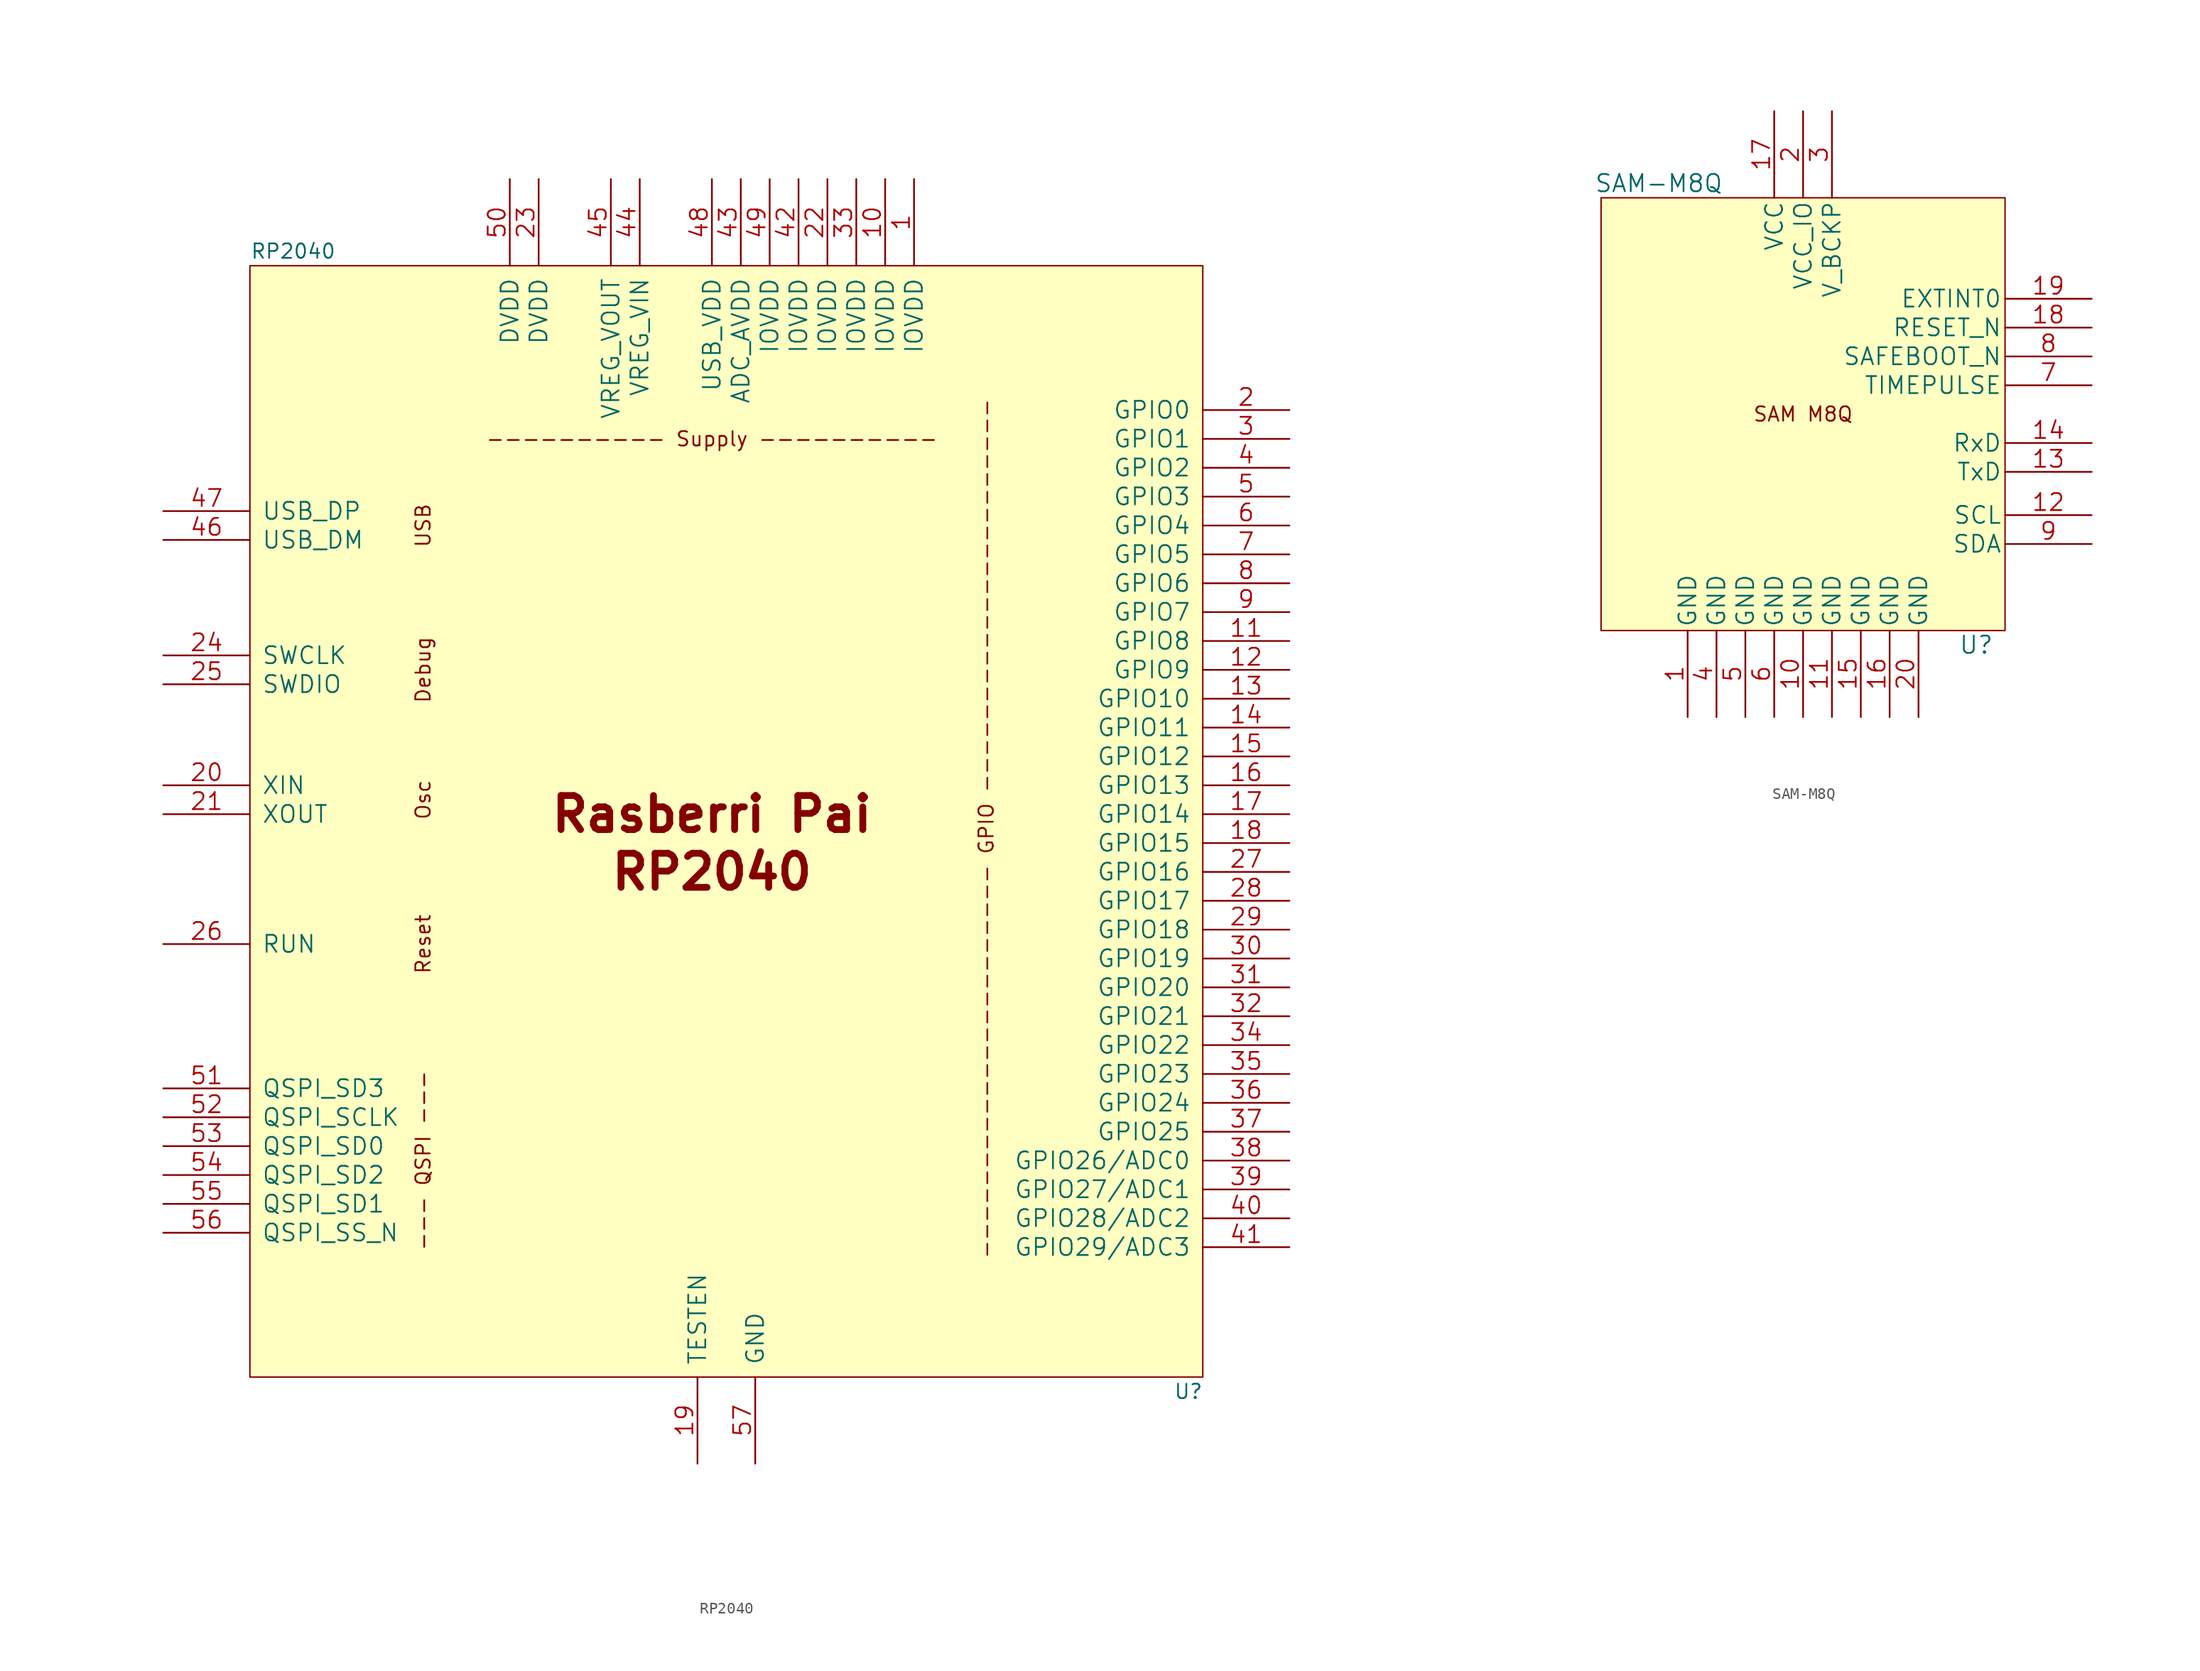
<source format=kicad_sym>
(kicad_symbol_lib
  (version 20211014)
  (generator kicad_symbol_editor)
  (symbol "RP2040"
    (pin_names
      (offset 1.016))
    (property "Reference" "U"
      (at 40.64 -48.26 0)
      (effects (font (size 1.27 1.27))))
    (property "Value" "RP2040"
      (at -38.1 52.07 0)
      (effects (font (size 1.27 1.27))))
    (symbol "RP2040_1_1"
      (rectangle (start -41.91 50.8) (end 41.91 -46.99) (stroke (width 0.127) (type default) (color 0 0 0 0)) (fill (type background)))
      (text "--- QSPI ---" (at -26.67 -27.94 900) (effects (font (size 1.27 1.27))))
      (text "---------- Supply ----------" (at -1.27 35.56 0) (effects (font (size 1.27 1.27))))
      (text "---------------------- GPIO ----------------------" (at 22.86 1.27 900) (effects (font (size 1.27 1.27))))
      (text "Debug" (at -26.67 15.24 900) (effects (font (size 1.27 1.27))))
      (text "Osc" (at -26.67 3.81 900) (effects (font (size 1.27 1.27))))
      (text "Rasberri Pai" (at -1.27 2.54 0) (effects (font (size 2.997 2.997) bold)))
      (text "Reset" (at -26.67 -8.89 900) (effects (font (size 1.27 1.27))))
      (text "RP2040" (at -1.27 -2.54 0) (effects (font (size 2.997 2.997) bold)))
      (text "USB" (at -26.67 27.94 900) (effects (font (size 1.27 1.27))))
      (pin power_in line (at 16.51 58.42 270) (length 7.62) (name "IOVDD" (effects (font (size 1.499 1.499)))) (number "1" (effects (font (size 1.499 1.499)))))
      (pin power_in line (at 13.97 58.42 270) (length 7.62) (name "IOVDD" (effects (font (size 1.499 1.499)))) (number "10" (effects (font (size 1.499 1.499)))))
      (pin bidirectional line (at 49.53 17.78 180) (length 7.62) (name "GPIO8" (effects (font (size 1.499 1.499)))) (number "11" (effects (font (size 1.499 1.499)))))
      (pin bidirectional line (at 49.53 15.24 180) (length 7.62) (name "GPIO9" (effects (font (size 1.499 1.499)))) (number "12" (effects (font (size 1.499 1.499)))))
      (pin bidirectional line (at 49.53 12.7 180) (length 7.62) (name "GPIO10" (effects (font (size 1.499 1.499)))) (number "13" (effects (font (size 1.499 1.499)))))
      (pin bidirectional line (at 49.53 10.16 180) (length 7.62) (name "GPIO11" (effects (font (size 1.499 1.499)))) (number "14" (effects (font (size 1.499 1.499)))))
      (pin bidirectional line (at 49.53 7.62 180) (length 7.62) (name "GPIO12" (effects (font (size 1.499 1.499)))) (number "15" (effects (font (size 1.499 1.499)))))
      (pin bidirectional line (at 49.53 5.08 180) (length 7.62) (name "GPIO13" (effects (font (size 1.499 1.499)))) (number "16" (effects (font (size 1.499 1.499)))))
      (pin bidirectional line (at 49.53 2.54 180) (length 7.62) (name "GPIO14" (effects (font (size 1.499 1.499)))) (number "17" (effects (font (size 1.499 1.499)))))
      (pin bidirectional line (at 49.53 0 180) (length 7.62) (name "GPIO15" (effects (font (size 1.499 1.499)))) (number "18" (effects (font (size 1.499 1.499)))))
      (pin unspecified line (at -2.54 -54.61 90) (length 7.62) (name "TESTEN" (effects (font (size 1.499 1.499)))) (number "19" (effects (font (size 1.499 1.499)))))
      (pin bidirectional line (at 49.53 38.1 180) (length 7.62) (name "GPIO0" (effects (font (size 1.499 1.499)))) (number "2" (effects (font (size 1.499 1.499)))))
      (pin input line (at -49.53 5.08 0) (length 7.62) (name "XIN" (effects (font (size 1.499 1.499)))) (number "20" (effects (font (size 1.499 1.499)))))
      (pin output line (at -49.53 2.54 0) (length 7.62) (name "XOUT" (effects (font (size 1.499 1.499)))) (number "21" (effects (font (size 1.499 1.499)))))
      (pin power_in line (at 8.89 58.42 270) (length 7.62) (name "IOVDD" (effects (font (size 1.499 1.499)))) (number "22" (effects (font (size 1.499 1.499)))))
      (pin power_in line (at -16.51 58.42 270) (length 7.62) (name "DVDD" (effects (font (size 1.499 1.499)))) (number "23" (effects (font (size 1.499 1.499)))))
      (pin unspecified line (at -49.53 16.51 0) (length 7.62) (name "SWCLK" (effects (font (size 1.499 1.499)))) (number "24" (effects (font (size 1.499 1.499)))))
      (pin unspecified line (at -49.53 13.97 0) (length 7.62) (name "SWDIO" (effects (font (size 1.499 1.499)))) (number "25" (effects (font (size 1.499 1.499)))))
      (pin input line (at -49.53 -8.89 0) (length 7.62) (name "RUN" (effects (font (size 1.499 1.499)))) (number "26" (effects (font (size 1.499 1.499)))))
      (pin bidirectional line (at 49.53 -2.54 180) (length 7.62) (name "GPIO16" (effects (font (size 1.499 1.499)))) (number "27" (effects (font (size 1.499 1.499)))))
      (pin bidirectional line (at 49.53 -5.08 180) (length 7.62) (name "GPIO17" (effects (font (size 1.499 1.499)))) (number "28" (effects (font (size 1.499 1.499)))))
      (pin bidirectional line (at 49.53 -7.62 180) (length 7.62) (name "GPIO18" (effects (font (size 1.499 1.499)))) (number "29" (effects (font (size 1.499 1.499)))))
      (pin bidirectional line (at 49.53 35.56 180) (length 7.62) (name "GPIO1" (effects (font (size 1.499 1.499)))) (number "3" (effects (font (size 1.499 1.499)))))
      (pin bidirectional line (at 49.53 -10.16 180) (length 7.62) (name "GPIO19" (effects (font (size 1.499 1.499)))) (number "30" (effects (font (size 1.499 1.499)))))
      (pin bidirectional line (at 49.53 -12.7 180) (length 7.62) (name "GPIO20" (effects (font (size 1.499 1.499)))) (number "31" (effects (font (size 1.499 1.499)))))
      (pin bidirectional line (at 49.53 -15.24 180) (length 7.62) (name "GPIO21" (effects (font (size 1.499 1.499)))) (number "32" (effects (font (size 1.499 1.499)))))
      (pin power_in line (at 11.43 58.42 270) (length 7.62) (name "IOVDD" (effects (font (size 1.499 1.499)))) (number "33" (effects (font (size 1.499 1.499)))))
      (pin bidirectional line (at 49.53 -17.78 180) (length 7.62) (name "GPIO22" (effects (font (size 1.499 1.499)))) (number "34" (effects (font (size 1.499 1.499)))))
      (pin bidirectional line (at 49.53 -20.32 180) (length 7.62) (name "GPIO23" (effects (font (size 1.499 1.499)))) (number "35" (effects (font (size 1.499 1.499)))))
      (pin bidirectional line (at 49.53 -22.86 180) (length 7.62) (name "GPIO24" (effects (font (size 1.499 1.499)))) (number "36" (effects (font (size 1.499 1.499)))))
      (pin bidirectional line (at 49.53 -25.4 180) (length 7.62) (name "GPIO25" (effects (font (size 1.499 1.499)))) (number "37" (effects (font (size 1.499 1.499)))))
      (pin bidirectional line (at 49.53 -27.94 180) (length 7.62) (name "GPIO26/ADC0" (effects (font (size 1.499 1.499)))) (number "38" (effects (font (size 1.499 1.499)))))
      (pin bidirectional line (at 49.53 -30.48 180) (length 7.62) (name "GPIO27/ADC1" (effects (font (size 1.499 1.499)))) (number "39" (effects (font (size 1.499 1.499)))))
      (pin bidirectional line (at 49.53 33.02 180) (length 7.62) (name "GPIO2" (effects (font (size 1.499 1.499)))) (number "4" (effects (font (size 1.499 1.499)))))
      (pin bidirectional line (at 49.53 -33.02 180) (length 7.62) (name "GPIO28/ADC2" (effects (font (size 1.499 1.499)))) (number "40" (effects (font (size 1.499 1.499)))))
      (pin bidirectional line (at 49.53 -35.56 180) (length 7.62) (name "GPIO29/ADC3" (effects (font (size 1.499 1.499)))) (number "41" (effects (font (size 1.499 1.499)))))
      (pin power_in line (at 6.35 58.42 270) (length 7.62) (name "IOVDD" (effects (font (size 1.499 1.499)))) (number "42" (effects (font (size 1.499 1.499)))))
      (pin power_in line (at 1.27 58.42 270) (length 7.62) (name "ADC_AVDD" (effects (font (size 1.499 1.499)))) (number "43" (effects (font (size 1.499 1.499)))))
      (pin power_in line (at -7.62 58.42 270) (length 7.62) (name "VREG_VIN" (effects (font (size 1.499 1.499)))) (number "44" (effects (font (size 1.499 1.499)))))
      (pin power_out line (at -10.16 58.42 270) (length 7.62) (name "VREG_VOUT" (effects (font (size 1.499 1.499)))) (number "45" (effects (font (size 1.499 1.499)))))
      (pin unspecified line (at -49.53 26.67 0) (length 7.62) (name "USB_DM" (effects (font (size 1.499 1.499)))) (number "46" (effects (font (size 1.499 1.499)))))
      (pin unspecified line (at -49.53 29.21 0) (length 7.62) (name "USB_DP" (effects (font (size 1.499 1.499)))) (number "47" (effects (font (size 1.499 1.499)))))
      (pin power_in line (at -1.27 58.42 270) (length 7.62) (name "USB_VDD" (effects (font (size 1.499 1.499)))) (number "48" (effects (font (size 1.499 1.499)))))
      (pin power_in line (at 3.81 58.42 270) (length 7.62) (name "IOVDD" (effects (font (size 1.499 1.499)))) (number "49" (effects (font (size 1.499 1.499)))))
      (pin bidirectional line (at 49.53 30.48 180) (length 7.62) (name "GPIO3" (effects (font (size 1.499 1.499)))) (number "5" (effects (font (size 1.499 1.499)))))
      (pin power_in line (at -19.05 58.42 270) (length 7.62) (name "DVDD" (effects (font (size 1.499 1.499)))) (number "50" (effects (font (size 1.499 1.499)))))
      (pin bidirectional line (at -49.53 -21.59 0) (length 7.62) (name "QSPI_SD3" (effects (font (size 1.499 1.499)))) (number "51" (effects (font (size 1.499 1.499)))))
      (pin unspecified line (at -49.53 -24.13 0) (length 7.62) (name "QSPI_SCLK" (effects (font (size 1.499 1.499)))) (number "52" (effects (font (size 1.499 1.499)))))
      (pin bidirectional line (at -49.53 -26.67 0) (length 7.62) (name "QSPI_SD0" (effects (font (size 1.499 1.499)))) (number "53" (effects (font (size 1.499 1.499)))))
      (pin bidirectional line (at -49.53 -29.21 0) (length 7.62) (name "QSPI_SD2" (effects (font (size 1.499 1.499)))) (number "54" (effects (font (size 1.499 1.499)))))
      (pin bidirectional line (at -49.53 -31.75 0) (length 7.62) (name "QSPI_SD1" (effects (font (size 1.499 1.499)))) (number "55" (effects (font (size 1.499 1.499)))))
      (pin unspecified line (at -49.53 -34.29 0) (length 7.62) (name "QSPI_SS_N" (effects (font (size 1.499 1.499)))) (number "56" (effects (font (size 1.499 1.499)))))
      (pin power_in line (at 2.54 -54.61 90) (length 7.62) (name "GND" (effects (font (size 1.499 1.499)))) (number "57" (effects (font (size 1.499 1.499)))))
      (pin bidirectional line (at 49.53 27.94 180) (length 7.62) (name "GPIO4" (effects (font (size 1.499 1.499)))) (number "6" (effects (font (size 1.499 1.499)))))
      (pin bidirectional line (at 49.53 25.4 180) (length 7.62) (name "GPIO5" (effects (font (size 1.499 1.499)))) (number "7" (effects (font (size 1.499 1.499)))))
      (pin bidirectional line (at 49.53 22.86 180) (length 7.62) (name "GPIO6" (effects (font (size 1.499 1.499)))) (number "8" (effects (font (size 1.499 1.499)))))
      (pin bidirectional line (at 49.53 20.32 180) (length 7.62) (name "GPIO7" (effects (font (size 1.499 1.499)))) (number "9" (effects (font (size 1.499 1.499)))))))
  (symbol "SAM-M8Q"
    (pin_names
      (offset 0.254))
    (property "Reference" "U"
      (at 15.24 -20.32 0)
      (effects (font (size 1.524 1.524))))
    (property "Value" "SAM-M8Q"
      (at -12.7 20.32 0)
      (effects (font (size 1.524 1.524))))
    (property "Datasheet" ""
      (at -25.4 11.43 0)
      (effects (font (size 1.524 1.524))))
    (property "ki_locked" ""
      (at 0 0 0)
      (effects (font (size 1.27 1.27))))
    (symbol "SAM-M8Q_0_0"
      (text "SAM M8Q" (at 0 0 0) (effects (font (size 1.27 1.27)))))
    (symbol "SAM-M8Q_1_1"
      (rectangle (start -17.78 19.05) (end 17.78 -19.05) (stroke (width 0.127) (type default) (color 0 0 0 0)) (fill (type background)))
      (pin power_in line (at -10.16 -26.67 90) (length 7.62) (name "GND" (effects (font (size 1.499 1.499)))) (number "1" (effects (font (size 1.499 1.499)))))
      (pin power_in line (at 0 -26.67 90) (length 7.62) (name "GND" (effects (font (size 1.499 1.499)))) (number "10" (effects (font (size 1.499 1.499)))))
      (pin power_in line (at 2.54 -26.67 90) (length 7.62) (name "GND" (effects (font (size 1.499 1.499)))) (number "11" (effects (font (size 1.499 1.499)))))
      (pin unspecified line (at 25.4 -8.89 180) (length 7.62) (name "SCL" (effects (font (size 1.499 1.499)))) (number "12" (effects (font (size 1.499 1.499)))))
      (pin unspecified line (at 25.4 -5.08 180) (length 7.62) (name "TxD" (effects (font (size 1.499 1.499)))) (number "13" (effects (font (size 1.499 1.499)))))
      (pin unspecified line (at 25.4 -2.54 180) (length 7.62) (name "RxD" (effects (font (size 1.499 1.499)))) (number "14" (effects (font (size 1.499 1.499)))))
      (pin power_in line (at 5.08 -26.67 90) (length 7.62) (name "GND" (effects (font (size 1.499 1.499)))) (number "15" (effects (font (size 1.499 1.499)))))
      (pin power_in line (at 7.62 -26.67 90) (length 7.62) (name "GND" (effects (font (size 1.499 1.499)))) (number "16" (effects (font (size 1.499 1.499)))))
      (pin power_in line (at -2.54 26.67 270) (length 7.62) (name "VCC" (effects (font (size 1.499 1.499)))) (number "17" (effects (font (size 1.499 1.499)))))
      (pin unspecified line (at 25.4 7.62 180) (length 7.62) (name "RESET_N" (effects (font (size 1.499 1.499)))) (number "18" (effects (font (size 1.499 1.499)))))
      (pin unspecified line (at 25.4 10.16 180) (length 7.62) (name "EXTINT0" (effects (font (size 1.499 1.499)))) (number "19" (effects (font (size 1.499 1.499)))))
      (pin power_in line (at 0 26.67 270) (length 7.62) (name "VCC_IO" (effects (font (size 1.499 1.499)))) (number "2" (effects (font (size 1.499 1.499)))))
      (pin power_in line (at 10.16 -26.67 90) (length 7.62) (name "GND" (effects (font (size 1.499 1.499)))) (number "20" (effects (font (size 1.499 1.499)))))
      (pin unspecified line (at 2.54 26.67 270) (length 7.62) (name "V_BCKP" (effects (font (size 1.499 1.499)))) (number "3" (effects (font (size 1.499 1.499)))))
      (pin power_in line (at -7.62 -26.67 90) (length 7.62) (name "GND" (effects (font (size 1.499 1.499)))) (number "4" (effects (font (size 1.499 1.499)))))
      (pin power_in line (at -5.08 -26.67 90) (length 7.62) (name "GND" (effects (font (size 1.499 1.499)))) (number "5" (effects (font (size 1.499 1.499)))))
      (pin power_in line (at -2.54 -26.67 90) (length 7.62) (name "GND" (effects (font (size 1.499 1.499)))) (number "6" (effects (font (size 1.499 1.499)))))
      (pin unspecified line (at 25.4 2.54 180) (length 7.62) (name "TIMEPULSE" (effects (font (size 1.499 1.499)))) (number "7" (effects (font (size 1.499 1.499)))))
      (pin unspecified line (at 25.4 5.08 180) (length 7.62) (name "SAFEBOOT_N" (effects (font (size 1.499 1.499)))) (number "8" (effects (font (size 1.499 1.499)))))
      (pin unspecified line (at 25.4 -11.43 180) (length 7.62) (name "SDA" (effects (font (size 1.499 1.499)))) (number "9" (effects (font (size 1.499 1.499))))))))
</source>
